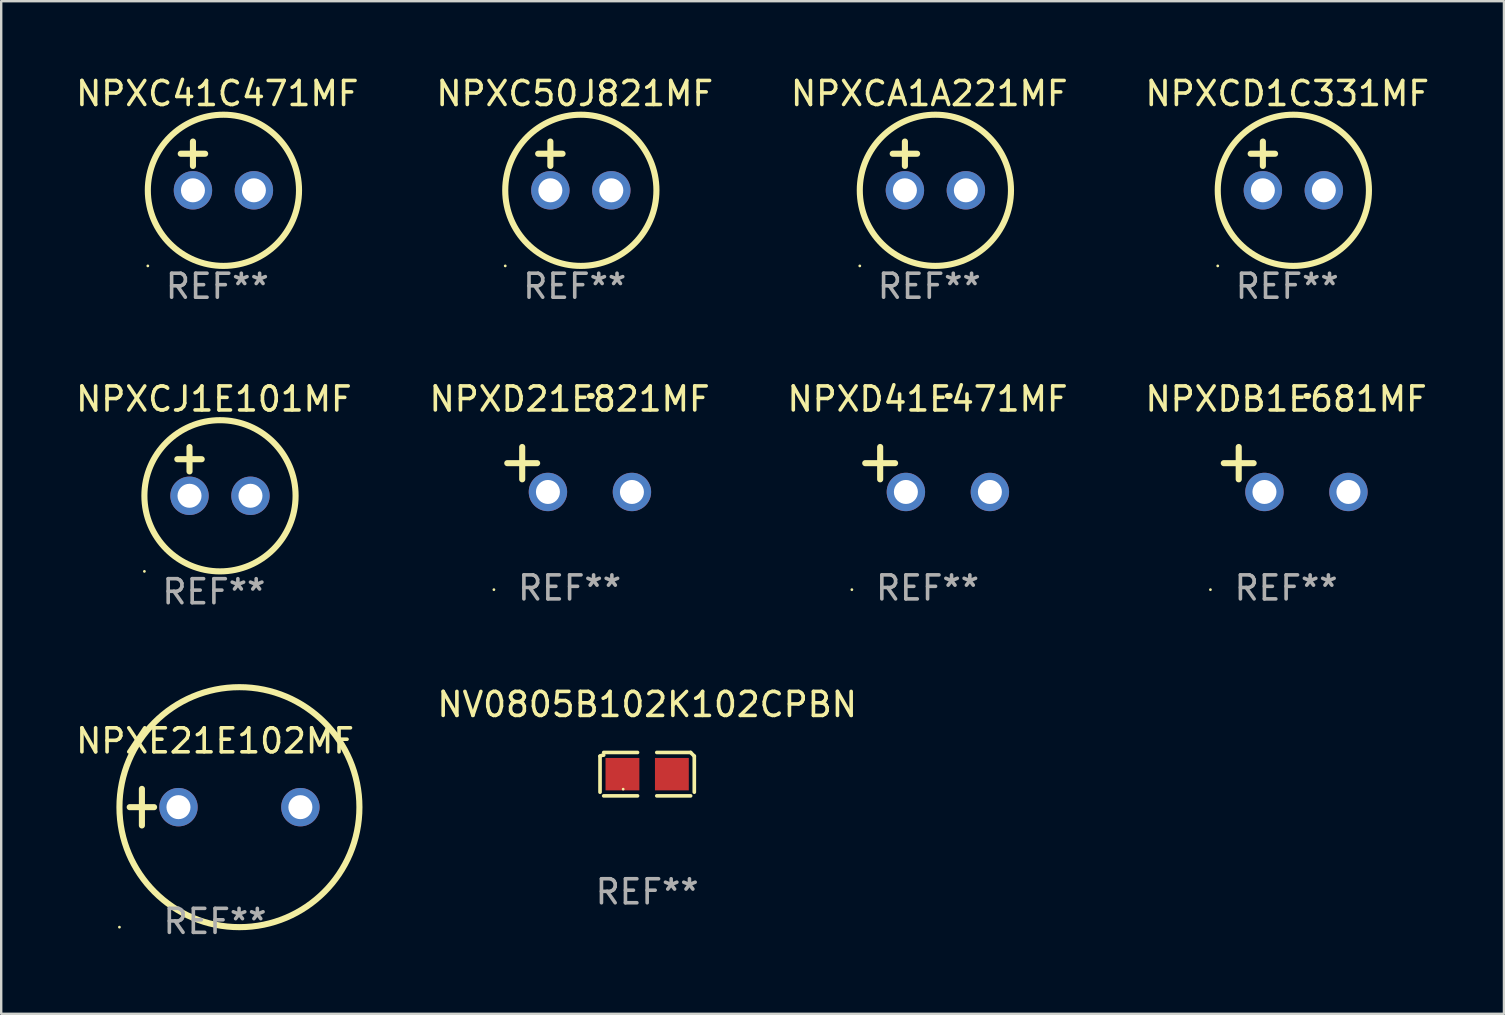
<source format=kicad_pcb>
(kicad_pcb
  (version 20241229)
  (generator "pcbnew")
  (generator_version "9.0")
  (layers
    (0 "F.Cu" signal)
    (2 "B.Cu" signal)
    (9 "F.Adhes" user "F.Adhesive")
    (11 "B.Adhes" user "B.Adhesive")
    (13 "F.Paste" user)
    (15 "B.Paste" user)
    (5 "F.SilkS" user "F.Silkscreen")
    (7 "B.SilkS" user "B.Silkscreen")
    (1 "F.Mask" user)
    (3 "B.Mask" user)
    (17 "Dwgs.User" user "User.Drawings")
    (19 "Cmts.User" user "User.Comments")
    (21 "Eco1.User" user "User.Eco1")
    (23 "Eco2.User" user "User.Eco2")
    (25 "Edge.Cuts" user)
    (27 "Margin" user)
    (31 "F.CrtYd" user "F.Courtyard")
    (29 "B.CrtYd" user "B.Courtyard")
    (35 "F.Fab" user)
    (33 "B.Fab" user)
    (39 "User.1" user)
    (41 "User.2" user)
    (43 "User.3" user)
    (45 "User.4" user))
  (footprint "NPXDB1E681MF"
    (layer "F.Cu")
    (at 50.542 16.513)
    (property "Reference" "NPXDB1E681MF" (at 0 -2.937 0) (layer "F.SilkS") (effects (font (size 1 1) (thickness 0.15))))
    (attr through_hole)
    (fp_line (start -1.975 0.41) (end -1.975 -0.937) (stroke (width 0.254) (type solid)) (layer "F.SilkS"))
    (fp_line (start -1.353 -0.263) (end -2.597 -0.263) (stroke (width 0.254) (type solid)) (layer "F.SilkS"))
    (fp_arc (start 0.849809 -3.063957) (mid 0.885369 -3.064114) (end 0.920929 -3.063957) (stroke (width 0.254001) (type solid)) (layer "F.SilkS"))
    (fp_circle (center -3.154 5.008) (end -3.124 5.008) (stroke (width 0.06) (type solid)) (fill no) (layer "F.SilkS"))
    (fp_text user "REF**" (at 0 4.937 0) (layer "F.Fab") (effects (font (size 1 1) (thickness 0.15))))
    (pad "1" thru_hole circle (at -0.903 0.937) (size 1.6 1.6) (drill 1) (layers "*.Cu" "*.Mask"))
    (pad "2" thru_hole circle (at 2.597 0.937) (size 1.6 1.6) (drill 1) (layers "*.Cu" "*.Mask")))
  (footprint "NPXCA1A221MF"
    (layer "F.Cu")
    (at 35.673 3.864)
    (property "Reference" "NPXCA1A221MF" (at 0 -3.016 0) (layer "F.SilkS") (effects (font (size 1 1) (thickness 0.15))))
    (attr through_hole)
    (fp_line (start -1.524 -0.508) (end -0.508 -0.508) (stroke (width 0.254) (type solid)) (layer "F.SilkS"))
    (fp_line (start -1.016 -1.016) (end -1.016 0) (stroke (width 0.254) (type solid)) (layer "F.SilkS"))
    (fp_circle (center -2.896 4.166) (end -2.866 4.166) (stroke (width 0.06) (type solid)) (fill no) (layer "F.SilkS"))
    (fp_circle (center 0.254 1.016) (end 3.404 1.016) (stroke (width 0.254) (type solid)) (fill no) (layer "F.SilkS"))
    (fp_text user "REF**" (at 0 5.016 0) (layer "F.Fab") (effects (font (size 1 1) (thickness 0.15))))
    (pad "1" thru_hole circle (at -1.016 1.016) (size 1.6 1.6) (drill 1) (layers "*.Cu" "*.Mask"))
    (pad "2" thru_hole circle (at 1.524 1.016) (size 1.6 1.6) (drill 1) (layers "*.Cu" "*.Mask")))
  (footprint "NPXE21E102MF"
    (layer "F.Cu")
    (at 5.911 30.584)
    (property "Reference" "NPXE21E102MF" (at 0 -2.762 0) (layer "F.SilkS") (effects (font (size 1 1) (thickness 0.15))))
    (attr through_hole)
    (fp_line (start -3.556 0) (end -2.54 0) (stroke (width 0.254) (type solid)) (layer "F.SilkS"))
    (fp_line (start -3.048 -0.762) (end -3.048 0.762) (stroke (width 0.254) (type solid)) (layer "F.SilkS"))
    (fp_circle (center -3.984 5) (end -3.954 5) (stroke (width 0.06) (type solid)) (fill no) (layer "F.SilkS"))
    (fp_circle (center 1.016 0) (end 6.016 0) (stroke (width 0.254) (type solid)) (fill no) (layer "F.SilkS"))
    (fp_text user "REF**" (at 0 4.762 0) (layer "F.Fab") (effects (font (size 1 1) (thickness 0.15))))
    (pad "1" thru_hole circle (at -1.524 0) (size 1.6 1.6) (drill 1) (layers "*.Cu" "*.Mask"))
    (pad "2" thru_hole circle (at 3.556 0) (size 1.6 1.6) (drill 1) (layers "*.Cu" "*.Mask")))
  (footprint "NPXC50J821MF"
    (layer "F.Cu")
    (at 20.899 3.864)
    (property "Reference" "NPXC50J821MF" (at 0 -3.016 0) (layer "F.SilkS") (effects (font (size 1 1) (thickness 0.15))))
    (attr through_hole)
    (fp_line (start -1.524 -0.508) (end -0.508 -0.508) (stroke (width 0.254) (type solid)) (layer "F.SilkS"))
    (fp_line (start -1.016 -1.016) (end -1.016 0) (stroke (width 0.254) (type solid)) (layer "F.SilkS"))
    (fp_circle (center -2.896 4.166) (end -2.866 4.166) (stroke (width 0.06) (type solid)) (fill no) (layer "F.SilkS"))
    (fp_circle (center 0.254 1.016) (end 3.404 1.016) (stroke (width 0.254) (type solid)) (fill no) (layer "F.SilkS"))
    (fp_text user "REF**" (at 0 5.016 0) (layer "F.Fab") (effects (font (size 1 1) (thickness 0.15))))
    (pad "1" thru_hole circle (at -1.016 1.016) (size 1.6 1.6) (drill 1) (layers "*.Cu" "*.Mask"))
    (pad "2" thru_hole circle (at 1.524 1.016) (size 1.6 1.6) (drill 1) (layers "*.Cu" "*.Mask")))
  (footprint "NPXCD1C331MF"
    (layer "F.Cu")
    (at 50.589 3.864)
    (property "Reference" "NPXCD1C331MF" (at 0 -3.016 0) (layer "F.SilkS") (effects (font (size 1 1) (thickness 0.15))))
    (attr through_hole)
    (fp_line (start -1.524 -0.508) (end -0.508 -0.508) (stroke (width 0.254) (type solid)) (layer "F.SilkS"))
    (fp_line (start -1.016 -1.016) (end -1.016 0) (stroke (width 0.254) (type solid)) (layer "F.SilkS"))
    (fp_circle (center -2.896 4.166) (end -2.866 4.166) (stroke (width 0.06) (type solid)) (fill no) (layer "F.SilkS"))
    (fp_circle (center 0.254 1.016) (end 3.404 1.016) (stroke (width 0.254) (type solid)) (fill no) (layer "F.SilkS"))
    (fp_text user "REF**" (at 0 5.016 0) (layer "F.Fab") (effects (font (size 1 1) (thickness 0.15))))
    (pad "1" thru_hole circle (at -1.016 1.016) (size 1.6 1.6) (drill 1) (layers "*.Cu" "*.Mask"))
    (pad "2" thru_hole circle (at 1.524 1.016) (size 1.6 1.6) (drill 1) (layers "*.Cu" "*.Mask")))
  (footprint "NV0805B102K102CPBN"
    (layer "F.Cu")
    (at 23.917 29.209)
    (property "Reference" "NV0805B102K102CPBN" (at 0 -2.904 0) (layer "F.SilkS") (effects (font (size 1 1) (thickness 0.15))))
    (attr through_hole)
    (fp_line (start -1.964 0.751) (end -1.964 -0.751) (stroke (width 0.152) (type solid)) (layer "F.SilkS"))
    (fp_line (start -1.811 -0.904) (end -0.401 -0.904) (stroke (width 0.152) (type solid)) (layer "F.SilkS"))
    (fp_line (start -0.401 0.904) (end -1.811 0.904) (stroke (width 0.152) (type solid)) (layer "F.SilkS"))
    (fp_line (start 0.401 0.904) (end 1.811 0.904) (stroke (width 0.152) (type solid)) (layer "F.SilkS"))
    (fp_line (start 1.811 -0.904) (end 0.401 -0.904) (stroke (width 0.152) (type solid)) (layer "F.SilkS"))
    (fp_line (start 1.964 0.751) (end 1.964 -0.751) (stroke (width 0.152) (type solid)) (layer "F.SilkS"))
    (fp_arc (start -1.963602 -0.751207) (mid -1.890354 -0.783131) (end -1.811201 -0.794044) (stroke (width 0.1524) (type solid)) (layer "F.SilkS"))
    (fp_arc (start 1.811202 -0.903607) (mid 1.887413 -0.827418) (end 1.963602 -0.751207) (stroke (width 0.1524) (type solid)) (layer "F.SilkS"))
    (fp_circle (center -1 0.625) (end -0.97 0.625) (stroke (width 0.06) (type solid)) (fill no) (layer "F.SilkS"))
    (fp_text user "REF**" (at 0 4.904 0) (layer "F.Fab") (effects (font (size 1 1) (thickness 0.15))))
    (pad "1" smd rect (at -1.03 0) (size 1.41 1.35) (layers "F.Cu" "F.Mask" "F.Paste"))
    (pad "2" smd rect (at 1.03 0) (size 1.41 1.35) (layers "F.Cu" "F.Mask" "F.Paste")))
  (footprint "NPXD21E821MF"
    (layer "F.Cu")
    (at 20.685 16.513)
    (property "Reference" "NPXD21E821MF" (at 0 -2.937 0) (layer "F.SilkS") (effects (font (size 1 1) (thickness 0.15))))
    (attr through_hole)
    (fp_line (start -1.975 0.41) (end -1.975 -0.937) (stroke (width 0.254) (type solid)) (layer "F.SilkS"))
    (fp_line (start -1.353 -0.263) (end -2.597 -0.263) (stroke (width 0.254) (type solid)) (layer "F.SilkS"))
    (fp_arc (start 0.849809 -3.063957) (mid 0.885369 -3.064114) (end 0.920929 -3.063957) (stroke (width 0.254001) (type solid)) (layer "F.SilkS"))
    (fp_circle (center -3.154 5.008) (end -3.124 5.008) (stroke (width 0.06) (type solid)) (fill no) (layer "F.SilkS"))
    (fp_text user "REF**" (at 0 4.937 0) (layer "F.Fab") (effects (font (size 1 1) (thickness 0.15))))
    (pad "1" thru_hole circle (at -0.903 0.937) (size 1.6 1.6) (drill 1) (layers "*.Cu" "*.Mask"))
    (pad "2" thru_hole circle (at 2.597 0.937) (size 1.6 1.6) (drill 1) (layers "*.Cu" "*.Mask")))
  (footprint "NPXC41C471MF"
    (layer "F.Cu")
    (at 6.006 3.864)
    (property "Reference" "NPXC41C471MF" (at 0 -3.016 0) (layer "F.SilkS") (effects (font (size 1 1) (thickness 0.15))))
    (attr through_hole)
    (fp_line (start -1.524 -0.508) (end -0.508 -0.508) (stroke (width 0.254) (type solid)) (layer "F.SilkS"))
    (fp_line (start -1.016 -1.016) (end -1.016 0) (stroke (width 0.254) (type solid)) (layer "F.SilkS"))
    (fp_circle (center -2.896 4.166) (end -2.866 4.166) (stroke (width 0.06) (type solid)) (fill no) (layer "F.SilkS"))
    (fp_circle (center 0.254 1.016) (end 3.404 1.016) (stroke (width 0.254) (type solid)) (fill no) (layer "F.SilkS"))
    (fp_text user "REF**" (at 0 5.016 0) (layer "F.Fab") (effects (font (size 1 1) (thickness 0.15))))
    (pad "1" thru_hole circle (at -1.016 1.016) (size 1.6 1.6) (drill 1) (layers "*.Cu" "*.Mask"))
    (pad "2" thru_hole circle (at 1.524 1.016) (size 1.6 1.6) (drill 1) (layers "*.Cu" "*.Mask")))
  (footprint "NPXD41E471MF"
    (layer "F.Cu")
    (at 35.601 16.513)
    (property "Reference" "NPXD41E471MF" (at 0 -2.937 0) (layer "F.SilkS") (effects (font (size 1 1) (thickness 0.15))))
    (attr through_hole)
    (fp_line (start -1.975 0.41) (end -1.975 -0.937) (stroke (width 0.254) (type solid)) (layer "F.SilkS"))
    (fp_line (start -1.353 -0.263) (end -2.597 -0.263) (stroke (width 0.254) (type solid)) (layer "F.SilkS"))
    (fp_arc (start 0.849809 -3.063957) (mid 0.885369 -3.064114) (end 0.920929 -3.063957) (stroke (width 0.254001) (type solid)) (layer "F.SilkS"))
    (fp_circle (center -3.154 5.008) (end -3.124 5.008) (stroke (width 0.06) (type solid)) (fill no) (layer "F.SilkS"))
    (fp_text user "REF**" (at 0 4.937 0) (layer "F.Fab") (effects (font (size 1 1) (thickness 0.15))))
    (pad "1" thru_hole circle (at -0.903 0.937) (size 1.6 1.6) (drill 1) (layers "*.Cu" "*.Mask"))
    (pad "2" thru_hole circle (at 2.597 0.937) (size 1.6 1.6) (drill 1) (layers "*.Cu" "*.Mask")))
  (footprint "NPXCJ1E101MF"
    (layer "F.Cu")
    (at 5.863 16.593)
    (property "Reference" "NPXCJ1E101MF" (at 0 -3.016 0) (layer "F.SilkS") (effects (font (size 1 1) (thickness 0.15))))
    (attr through_hole)
    (fp_line (start -1.524 -0.508) (end -0.508 -0.508) (stroke (width 0.254) (type solid)) (layer "F.SilkS"))
    (fp_line (start -1.016 -1.016) (end -1.016 0) (stroke (width 0.254) (type solid)) (layer "F.SilkS"))
    (fp_circle (center -2.896 4.166) (end -2.866 4.166) (stroke (width 0.06) (type solid)) (fill no) (layer "F.SilkS"))
    (fp_circle (center 0.254 1.016) (end 3.404 1.016) (stroke (width 0.254) (type solid)) (fill no) (layer "F.SilkS"))
    (fp_text user "REF**" (at 0 5.016 0) (layer "F.Fab") (effects (font (size 1 1) (thickness 0.15))))
    (pad "1" thru_hole circle (at -1.016 1.016) (size 1.6 1.6) (drill 1) (layers "*.Cu" "*.Mask"))
    (pad "2" thru_hole circle (at 1.524 1.016) (size 1.6 1.6) (drill 1) (layers "*.Cu" "*.Mask")))
  (gr_rect
    (start -3 -3)
    (end 59.619 39.194)
    (stroke (width 0.1) (type default))
    (fill no)
    (layer "Edge.Cuts")))
</source>
